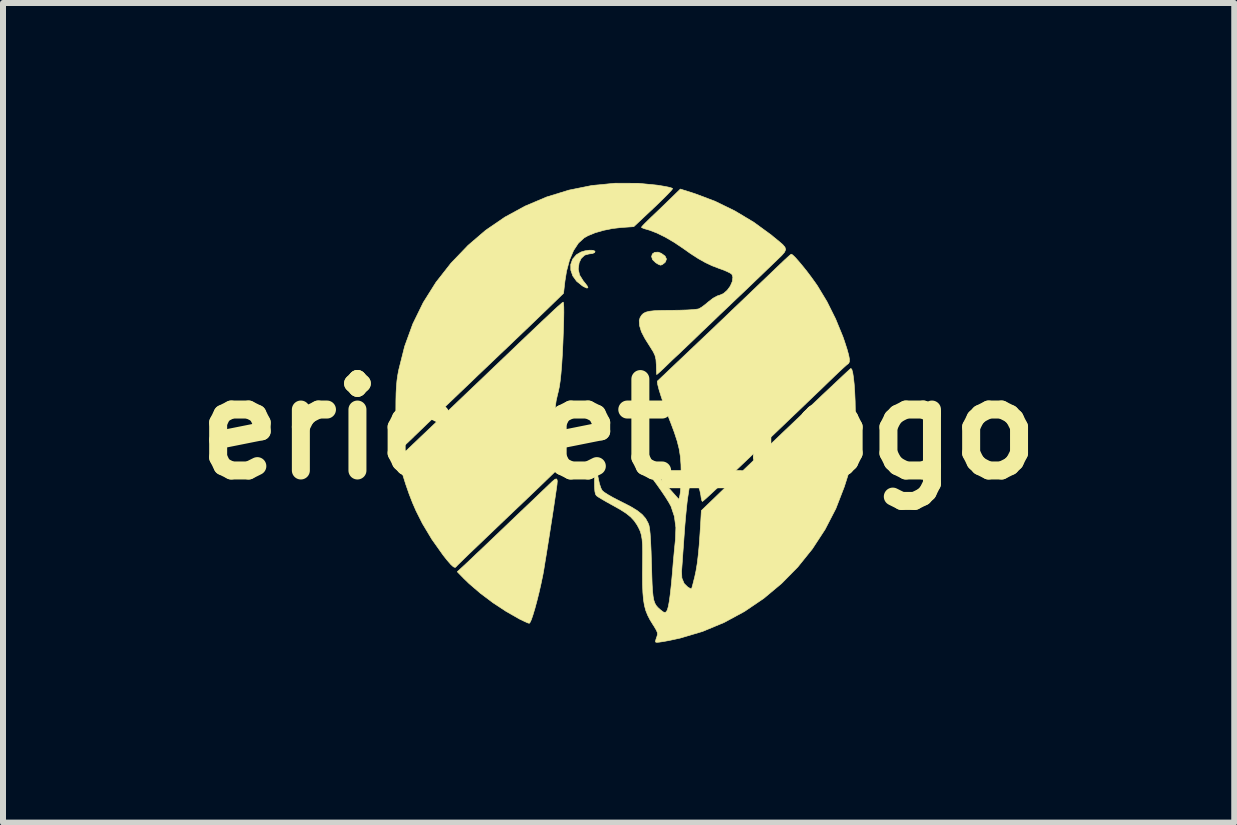
<source format=kicad_pcb>
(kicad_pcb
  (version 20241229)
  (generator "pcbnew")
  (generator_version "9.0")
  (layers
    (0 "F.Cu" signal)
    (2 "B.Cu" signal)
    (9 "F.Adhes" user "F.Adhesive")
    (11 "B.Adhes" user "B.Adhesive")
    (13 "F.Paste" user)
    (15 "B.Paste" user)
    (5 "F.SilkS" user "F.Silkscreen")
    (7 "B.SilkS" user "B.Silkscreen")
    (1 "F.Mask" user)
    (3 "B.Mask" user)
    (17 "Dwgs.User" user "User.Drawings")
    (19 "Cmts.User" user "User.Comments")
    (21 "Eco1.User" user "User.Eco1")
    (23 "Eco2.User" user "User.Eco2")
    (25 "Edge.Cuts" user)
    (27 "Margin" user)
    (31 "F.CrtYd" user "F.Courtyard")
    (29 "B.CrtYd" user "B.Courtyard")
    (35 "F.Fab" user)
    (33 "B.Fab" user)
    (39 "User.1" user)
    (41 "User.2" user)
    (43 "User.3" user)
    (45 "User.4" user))
  (footprint "ericnet_logo"
    (layer "F.Cu")
    (at 7.264 4.105)
    (property "Reference" "ericnet_logo" (at 0 0 0) (layer "F.SilkS") (effects (font (size 1.524 1.524) (thickness 0.3))))
    (attr through_hole)
    (fp_poly (pts (xy 0.712 -2.931) (xy 0.775 -2.885) (xy 0.798 -2.836) (xy 0.781 -2.787) (xy 0.762 -2.769) (xy 0.725 -2.741) (xy 0.697 -2.734) (xy 0.661 -2.749) (xy 0.619 -2.775) (xy 0.567 -2.825) (xy 0.55 -2.877) (xy 0.563 -2.921) (xy 0.602 -2.948) (xy 0.66 -2.951) (xy 0.712 -2.931)) (stroke (width 0.01) (type solid)) (fill yes) (layer "F.SilkS"))
    (fp_poly (pts (xy -0.43 -2.982) (xy -0.395 -2.968) (xy -0.393 -2.966) (xy -0.399 -2.944) (xy -0.436 -2.928) (xy -0.493 -2.921) (xy -0.494 -2.921) (xy -0.566 -2.901) (xy -0.624 -2.846) (xy -0.658 -2.774) (xy -0.673 -2.669) (xy -0.651 -2.57) (xy -0.589 -2.471) (xy -0.569 -2.447) (xy -0.524 -2.389) (xy -0.511 -2.357) (xy -0.53 -2.352) (xy -0.581 -2.375) (xy -0.604 -2.389) (xy -0.7 -2.466) (xy -0.764 -2.555) (xy -0.797 -2.651) (xy -0.798 -2.746) (xy -0.767 -2.834) (xy -0.703 -2.908) (xy -0.627 -2.953) (xy -0.56 -2.973) (xy -0.49 -2.983) (xy -0.43 -2.982)) (stroke (width 0.01) (type solid)) (fill yes) (layer "F.SilkS"))
    (fp_poly (pts (xy -1.022 0.864) (xy -1.027 0.926) (xy -1.04 1.018) (xy -1.058 1.139) (xy -1.079 1.281) (xy -1.103 1.439) (xy -1.129 1.605) (xy -1.155 1.773) (xy -1.181 1.936) (xy -1.205 2.087) (xy -1.227 2.22) (xy -1.244 2.327) (xy -1.257 2.402) (xy -1.261 2.424) (xy -1.293 2.577) (xy -1.327 2.727) (xy -1.362 2.867) (xy -1.396 2.993) (xy -1.428 3.099) (xy -1.455 3.178) (xy -1.478 3.226) (xy -1.49 3.238) (xy -1.519 3.229) (xy -1.574 3.204) (xy -1.645 3.17) (xy -1.658 3.163) (xy -1.874 3.04) (xy -2.093 2.896) (xy -2.302 2.739) (xy -2.49 2.578) (xy -2.578 2.493) (xy -2.69 2.378) (xy -2.578 2.275) (xy -2.535 2.235) (xy -2.465 2.169) (xy -2.371 2.079) (xy -2.254 1.969) (xy -2.119 1.84) (xy -1.968 1.696) (xy -1.804 1.539) (xy -1.63 1.373) (xy -1.449 1.201) (xy -1.264 1.024) (xy -1.106 0.873) (xy -1.058 0.834) (xy -1.031 0.831) (xy -1.022 0.864)) (stroke (width 0.01) (type solid)) (fill yes) (layer "F.SilkS"))
    (fp_poly (pts (xy -0.918 -2.096) (xy -0.914 -2.038) (xy -0.913 -1.946) (xy -0.915 -1.825) (xy -0.919 -1.688) (xy -0.928 -1.444) (xy -0.938 -1.238) (xy -0.949 -1.065) (xy -0.961 -0.921) (xy -0.974 -0.801) (xy -0.989 -0.702) (xy -1.007 -0.618) (xy -1.017 -0.58) (xy -1.041 -0.474) (xy -1.057 -0.357) (xy -1.065 -0.225) (xy -1.064 -0.07) (xy -1.054 0.113) (xy -1.038 0.314) (xy -1.008 0.66) (xy -1.209 0.854) (xy -1.308 0.95) (xy -1.42 1.057) (xy -1.529 1.161) (xy -1.599 1.228) (xy -1.835 1.452) (xy -2.04 1.648) (xy -2.216 1.816) (xy -2.364 1.958) (xy -2.485 2.073) (xy -2.578 2.163) (xy -2.645 2.229) (xy -2.688 2.271) (xy -2.705 2.29) (xy -2.706 2.291) (xy -2.724 2.307) (xy -2.754 2.296) (xy -2.799 2.255) (xy -2.862 2.182) (xy -2.926 2.101) (xy -3.114 1.836) (xy -3.271 1.574) (xy -3.378 1.361) (xy -3.435 1.23) (xy -3.494 1.078) (xy -3.549 0.92) (xy -3.597 0.768) (xy -3.633 0.635) (xy -3.643 0.594) (xy -3.667 0.478) (xy -3.5 0.321) (xy -3.413 0.238) (xy -3.299 0.129) (xy -3.163 0.000249) (xy -3.009 -0.146) (xy -2.843 -0.304) (xy -2.668 -0.471) (xy -2.489 -0.642) (xy -2.309 -0.813) (xy -2.135 -0.98) (xy -2.074 -1.038) (xy -1.855 -1.247) (xy -1.665 -1.429) (xy -1.501 -1.585) (xy -1.362 -1.717) (xy -1.246 -1.827) (xy -1.151 -1.916) (xy -1.076 -1.987) (xy -1.018 -2.04) (xy -0.975 -2.077) (xy -0.947 -2.102) (xy -0.93 -2.114) (xy -0.923 -2.117) (xy -0.918 -2.096)) (stroke (width 0.01) (type solid)) (fill yes) (layer "F.SilkS"))
    (fp_poly (pts (xy 0.331 -4.099) (xy 0.644 -4.068) (xy 0.742 -4.052) (xy 0.823 -4.037) (xy 0.879 -4.022) (xy 0.901 -4.011) (xy 0.901 -4.011) (xy 0.888 -3.991) (xy 0.848 -3.947) (xy 0.786 -3.883) (xy 0.706 -3.804) (xy 0.613 -3.714) (xy 0.58 -3.683) (xy 0.253 -3.376) (xy 0.047 -3.362) (xy -0.103 -3.345) (xy -0.254 -3.314) (xy -0.395 -3.273) (xy -0.513 -3.224) (xy -0.573 -3.19) (xy -0.669 -3.103) (xy -0.751 -2.978) (xy -0.818 -2.82) (xy -0.868 -2.633) (xy -0.894 -2.471) (xy -0.918 -2.265) (xy -1.163 -2.027) (xy -1.248 -1.945) (xy -1.355 -1.842) (xy -1.479 -1.723) (xy -1.611 -1.597) (xy -1.744 -1.47) (xy -1.842 -1.376) (xy -1.97 -1.255) (xy -2.101 -1.13) (xy -2.229 -1.008) (xy -2.347 -0.896) (xy -2.446 -0.8) (xy -2.508 -0.741) (xy -2.615 -0.639) (xy -2.736 -0.523) (xy -2.856 -0.409) (xy -2.961 -0.31) (xy -2.963 -0.307) (xy -3.066 -0.209) (xy -3.185 -0.096) (xy -3.306 0.021) (xy -3.414 0.125) (xy -3.42 0.132) (xy -3.502 0.21) (xy -3.573 0.277) (xy -3.628 0.327) (xy -3.661 0.355) (xy -3.668 0.36) (xy -3.688 0.345) (xy -3.689 0.344) (xy -3.697 0.31) (xy -3.704 0.243) (xy -3.709 0.143) (xy -3.712 0.006) (xy -3.714 -0.17) (xy -3.714 -0.307) (xy -3.713 -0.471) (xy -3.71 -0.603) (xy -3.704 -0.71) (xy -3.696 -0.803) (xy -3.684 -0.891) (xy -3.667 -0.983) (xy -3.666 -0.987) (xy -3.567 -1.381) (xy -3.431 -1.755) (xy -3.257 -2.111) (xy -3.045 -2.448) (xy -2.795 -2.767) (xy -2.51 -3.064) (xy -2.216 -3.316) (xy -1.896 -3.535) (xy -1.556 -3.72) (xy -1.199 -3.871) (xy -0.828 -3.985) (xy -0.447 -4.062) (xy -0.059 -4.1) (xy 0.331 -4.099)) (stroke (width 0.01) (type solid)) (fill yes) (layer "F.SilkS"))
    (fp_poly (pts (xy 1.272 -3.926) (xy 1.607 -3.8) (xy 1.939 -3.638) (xy 2.256 -3.448) (xy 2.548 -3.235) (xy 2.582 -3.206) (xy 2.673 -3.132) (xy 2.737 -3.077) (xy 2.774 -3.033) (xy 2.785 -2.994) (xy 2.768 -2.952) (xy 2.723 -2.899) (xy 2.651 -2.829) (xy 2.568 -2.749) (xy 2.477 -2.662) (xy 2.389 -2.577) (xy 2.297 -2.489) (xy 2.197 -2.393) (xy 2.085 -2.286) (xy 1.954 -2.162) (xy 1.801 -2.016) (xy 1.693 -1.914) (xy 1.603 -1.827) (xy 1.494 -1.723) (xy 1.378 -1.613) (xy 1.269 -1.507) (xy 1.241 -1.48) (xy 1.155 -1.398) (xy 1.078 -1.325) (xy 1.017 -1.266) (xy 0.976 -1.228) (xy 0.964 -1.217) (xy 0.939 -1.194) (xy 0.891 -1.149) (xy 0.829 -1.089) (xy 0.787 -1.048) (xy 0.723 -0.987) (xy 0.673 -0.941) (xy 0.641 -0.914) (xy 0.634 -0.911) (xy 0.633 -0.935) (xy 0.631 -0.991) (xy 0.629 -1.065) (xy 0.629 -1.069) (xy 0.623 -1.16) (xy 0.607 -1.228) (xy 0.578 -1.29) (xy 0.564 -1.312) (xy 0.518 -1.386) (xy 0.464 -1.471) (xy 0.433 -1.522) (xy 0.38 -1.625) (xy 0.35 -1.724) (xy 0.344 -1.81) (xy 0.359 -1.86) (xy 0.383 -1.899) (xy 0.413 -1.929) (xy 0.454 -1.95) (xy 0.512 -1.965) (xy 0.593 -1.974) (xy 0.704 -1.979) (xy 0.849 -1.981) (xy 0.888 -1.981) (xy 1.027 -1.983) (xy 1.148 -1.987) (xy 1.245 -1.993) (xy 1.312 -2.001) (xy 1.337 -2.006) (xy 1.382 -2.032) (xy 1.443 -2.077) (xy 1.498 -2.123) (xy 1.576 -2.183) (xy 1.648 -2.222) (xy 1.679 -2.231) (xy 1.748 -2.26) (xy 1.812 -2.316) (xy 1.863 -2.386) (xy 1.896 -2.462) (xy 1.905 -2.534) (xy 1.89 -2.58) (xy 1.862 -2.601) (xy 1.804 -2.63) (xy 1.725 -2.662) (xy 1.679 -2.678) (xy 1.559 -2.724) (xy 1.447 -2.777) (xy 1.331 -2.842) (xy 1.202 -2.925) (xy 1.069 -3.019) (xy 0.924 -3.116) (xy 0.777 -3.202) (xy 0.636 -3.271) (xy 0.513 -3.318) (xy 0.485 -3.326) (xy 0.426 -3.343) (xy 0.388 -3.359) (xy 0.381 -3.366) (xy 0.395 -3.385) (xy 0.434 -3.426) (xy 0.492 -3.483) (xy 0.545 -3.535) (xy 0.638 -3.623) (xy 0.742 -3.723) (xy 0.84 -3.818) (xy 0.87 -3.847) (xy 1.03 -4.003) (xy 1.272 -3.926)) (stroke (width 0.01) (type solid)) (fill yes) (layer "F.SilkS"))
    (fp_poly (pts (xy 2.901 -2.905) (xy 2.944 -2.864) (xy 3.001 -2.8) (xy 3.068 -2.72) (xy 3.141 -2.629) (xy 3.214 -2.532) (xy 3.283 -2.436) (xy 3.315 -2.39) (xy 3.475 -2.125) (xy 3.619 -1.836) (xy 3.74 -1.541) (xy 3.767 -1.463) (xy 3.809 -1.333) (xy 3.836 -1.236) (xy 3.849 -1.167) (xy 3.848 -1.122) (xy 3.834 -1.095) (xy 3.822 -1.086) (xy 3.797 -1.066) (xy 3.748 -1.022) (xy 3.68 -0.959) (xy 3.601 -0.884) (xy 3.563 -0.847) (xy 3.482 -0.769) (xy 3.379 -0.669) (xy 3.259 -0.555) (xy 3.131 -0.432) (xy 3.001 -0.307) (xy 2.91 -0.221) (xy 2.643 0.035) (xy 2.405 0.261) (xy 2.195 0.461) (xy 2.013 0.634) (xy 1.856 0.783) (xy 1.725 0.907) (xy 1.617 1.008) (xy 1.532 1.087) (xy 1.468 1.146) (xy 1.425 1.184) (xy 1.402 1.203) (xy 1.396 1.206) (xy 1.386 1.187) (xy 1.376 1.139) (xy 1.371 1.101) (xy 1.355 1.024) (xy 1.324 0.93) (xy 1.29 0.852) (xy 1.219 0.709) (xy 1.201 0.826) (xy 1.19 0.902) (xy 1.174 1.002) (xy 1.158 1.107) (xy 1.154 1.132) (xy 1.143 1.212) (xy 1.131 1.324) (xy 1.118 1.459) (xy 1.105 1.607) (xy 1.094 1.759) (xy 1.091 1.799) (xy 1.081 1.943) (xy 1.071 2.078) (xy 1.063 2.197) (xy 1.056 2.292) (xy 1.051 2.356) (xy 1.05 2.371) (xy 1.055 2.483) (xy 1.093 2.574) (xy 1.153 2.633) (xy 1.193 2.656) (xy 1.215 2.664) (xy 1.216 2.663) (xy 1.223 2.641) (xy 1.238 2.587) (xy 1.257 2.511) (xy 1.268 2.469) (xy 1.291 2.361) (xy 1.311 2.24) (xy 1.328 2.099) (xy 1.344 1.932) (xy 1.358 1.732) (xy 1.366 1.605) (xy 1.38 1.358) (xy 1.563 1.182) (xy 1.714 1.036) (xy 1.876 0.881) (xy 2.047 0.717) (xy 2.224 0.548) (xy 2.404 0.375) (xy 2.585 0.203) (xy 2.764 0.032) (xy 2.939 -0.134) (xy 3.106 -0.293) (xy 3.264 -0.442) (xy 3.409 -0.58) (xy 3.54 -0.703) (xy 3.652 -0.808) (xy 3.744 -0.895) (xy 3.813 -0.959) (xy 3.857 -0.999) (xy 3.872 -1.012) (xy 3.888 -0.997) (xy 3.903 -0.945) (xy 3.916 -0.861) (xy 3.928 -0.75) (xy 3.937 -0.617) (xy 3.944 -0.466) (xy 3.947 -0.304) (xy 3.947 -0.233) (xy 3.943 0.005) (xy 3.93 0.212) (xy 3.907 0.402) (xy 3.871 0.586) (xy 3.822 0.776) (xy 3.764 0.959) (xy 3.622 1.326) (xy 3.443 1.672) (xy 3.23 1.998) (xy 2.987 2.3) (xy 2.716 2.575) (xy 2.419 2.823) (xy 2.099 3.04) (xy 1.759 3.224) (xy 1.401 3.373) (xy 1.027 3.484) (xy 0.848 3.523) (xy 0.745 3.542) (xy 0.676 3.552) (xy 0.636 3.555) (xy 0.617 3.55) (xy 0.614 3.542) (xy 0.62 3.514) (xy 0.636 3.465) (xy 0.638 3.462) (xy 0.648 3.425) (xy 0.646 3.391) (xy 0.627 3.348) (xy 0.59 3.285) (xy 0.574 3.261) (xy 0.524 3.18) (xy 0.485 3.104) (xy 0.454 3.027) (xy 0.431 2.942) (xy 0.415 2.844) (xy 0.405 2.727) (xy 0.399 2.585) (xy 0.398 2.412) (xy 0.4 2.203) (xy 0.4 2.201) (xy 0.401 2.049) (xy 0.399 1.931) (xy 0.392 1.839) (xy 0.38 1.767) (xy 0.362 1.705) (xy 0.335 1.647) (xy 0.309 1.599) (xy 0.261 1.529) (xy 0.203 1.466) (xy 0.128 1.405) (xy 0.027 1.34) (xy -0.105 1.266) (xy -0.113 1.262) (xy -0.203 1.212) (xy -0.282 1.166) (xy -0.341 1.13) (xy -0.37 1.109) (xy -0.386 1.082) (xy -0.396 1.034) (xy -0.401 0.958) (xy -0.402 0.866) (xy -0.4 0.778) (xy -0.396 0.708) (xy -0.389 0.665) (xy -0.384 0.656) (xy -0.372 0.675) (xy -0.357 0.726) (xy -0.343 0.799) (xy -0.34 0.814) (xy -0.32 0.907) (xy -0.295 0.983) (xy -0.273 1.024) (xy -0.239 1.053) (xy -0.175 1.094) (xy -0.089 1.143) (xy 0.012 1.195) (xy 0.05 1.214) (xy 0.197 1.289) (xy 0.309 1.357) (xy 0.391 1.422) (xy 0.45 1.489) (xy 0.491 1.564) (xy 0.506 1.603) (xy 0.516 1.654) (xy 0.526 1.746) (xy 0.534 1.875) (xy 0.542 2.04) (xy 0.548 2.24) (xy 0.549 2.254) (xy 0.554 2.437) (xy 0.559 2.583) (xy 0.566 2.698) (xy 0.575 2.785) (xy 0.587 2.851) (xy 0.604 2.901) (xy 0.626 2.94) (xy 0.655 2.974) (xy 0.691 3.007) (xy 0.701 3.015) (xy 0.747 3.05) (xy 0.776 3.057) (xy 0.796 3.044) (xy 0.813 3.014) (xy 0.829 2.958) (xy 0.845 2.872) (xy 0.861 2.754) (xy 0.878 2.6) (xy 0.896 2.407) (xy 0.9 2.358) (xy 0.911 2.223) (xy 0.923 2.093) (xy 0.934 1.977) (xy 0.943 1.886) (xy 0.948 1.839) (xy 0.955 1.641) (xy 0.93 1.455) (xy 0.875 1.29) (xy 0.873 1.285) (xy 0.838 1.222) (xy 0.784 1.135) (xy 0.716 1.034) (xy 0.64 0.926) (xy 0.597 0.868) (xy 0.507 0.745) (xy 0.428 0.634) (xy 0.364 0.538) (xy 0.317 0.462) (xy 0.289 0.41) (xy 0.284 0.384) (xy 0.29 0.384) (xy 0.31 0.401) (xy 0.353 0.446) (xy 0.416 0.513) (xy 0.495 0.6) (xy 0.585 0.7) (xy 0.658 0.781) (xy 1.005 1.171) (xy 1.023 1.099) (xy 1.03 1.051) (xy 1.036 0.971) (xy 1.04 0.87) (xy 1.043 0.758) (xy 1.043 0.741) (xy 1.04 0.59) (xy 1.03 0.457) (xy 1.01 0.331) (xy 0.977 0.2) (xy 0.929 0.053) (xy 0.865 -0.118) (xy 0.858 -0.135) (xy 0.8 -0.286) (xy 0.749 -0.426) (xy 0.707 -0.552) (xy 0.674 -0.658) (xy 0.653 -0.739) (xy 0.645 -0.789) (xy 0.648 -0.802) (xy 0.668 -0.82) (xy 0.714 -0.864) (xy 0.783 -0.929) (xy 0.87 -1.012) (xy 0.971 -1.108) (xy 1.083 -1.214) (xy 1.201 -1.326) (xy 1.322 -1.441) (xy 1.44 -1.553) (xy 1.553 -1.66) (xy 1.655 -1.758) (xy 1.744 -1.842) (xy 1.799 -1.895) (xy 1.881 -1.974) (xy 1.982 -2.07) (xy 2.092 -2.175) (xy 2.199 -2.277) (xy 2.233 -2.31) (xy 2.39 -2.46) (xy 2.519 -2.583) (xy 2.623 -2.683) (xy 2.704 -2.76) (xy 2.766 -2.819) (xy 2.812 -2.861) (xy 2.843 -2.889) (xy 2.863 -2.906) (xy 2.875 -2.915) (xy 2.879 -2.917) (xy 2.901 -2.905)) (stroke (width 0.01) (type solid)) (fill yes) (layer "F.SilkS")))
  (gr_rect
    (start -3 -3)
    (end 17.529 10.665)
    (stroke (width 0.1) (type default))
    (fill no)
    (layer "Edge.Cuts")))
</source>
